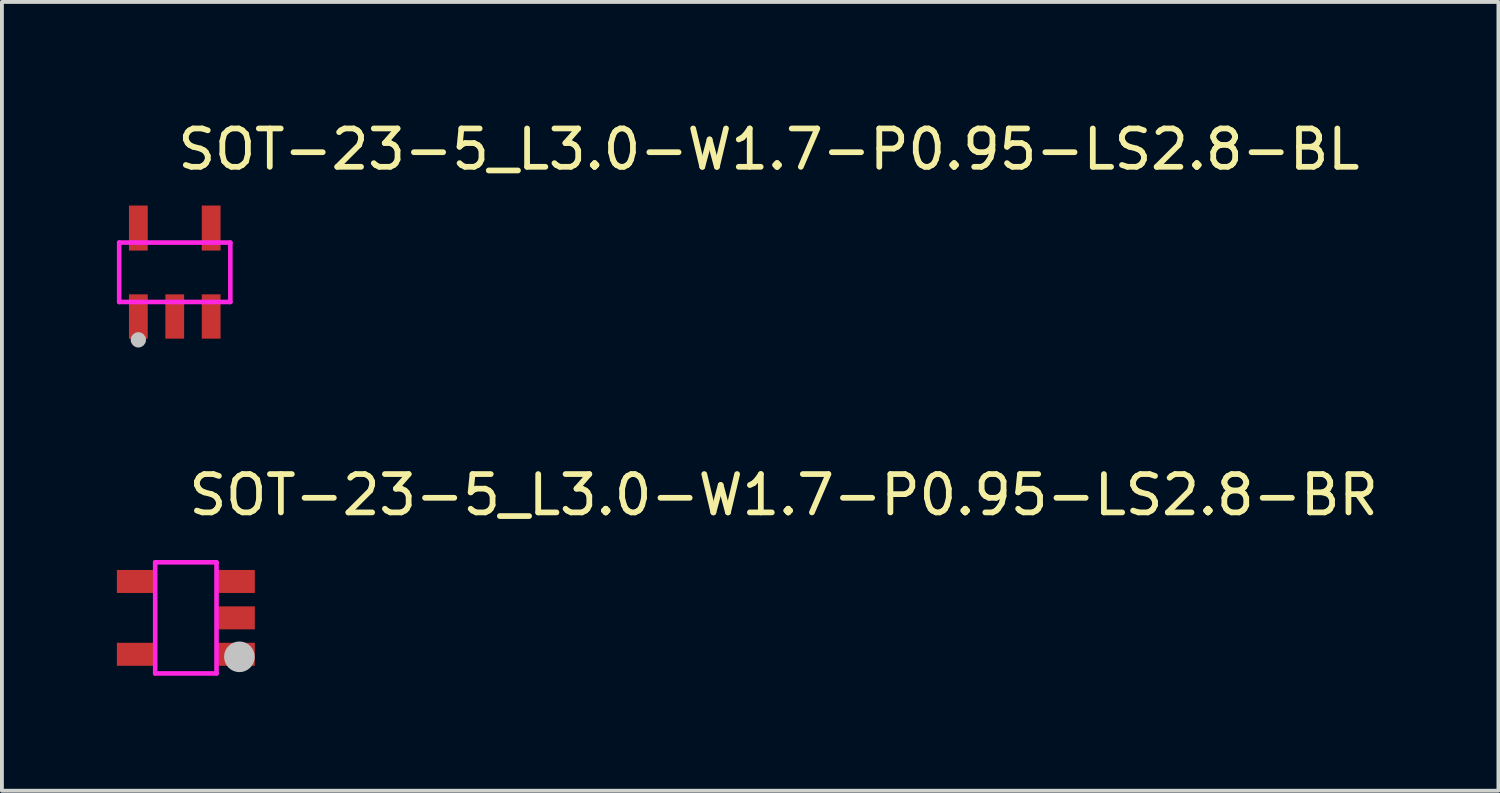
<source format=kicad_pcb>
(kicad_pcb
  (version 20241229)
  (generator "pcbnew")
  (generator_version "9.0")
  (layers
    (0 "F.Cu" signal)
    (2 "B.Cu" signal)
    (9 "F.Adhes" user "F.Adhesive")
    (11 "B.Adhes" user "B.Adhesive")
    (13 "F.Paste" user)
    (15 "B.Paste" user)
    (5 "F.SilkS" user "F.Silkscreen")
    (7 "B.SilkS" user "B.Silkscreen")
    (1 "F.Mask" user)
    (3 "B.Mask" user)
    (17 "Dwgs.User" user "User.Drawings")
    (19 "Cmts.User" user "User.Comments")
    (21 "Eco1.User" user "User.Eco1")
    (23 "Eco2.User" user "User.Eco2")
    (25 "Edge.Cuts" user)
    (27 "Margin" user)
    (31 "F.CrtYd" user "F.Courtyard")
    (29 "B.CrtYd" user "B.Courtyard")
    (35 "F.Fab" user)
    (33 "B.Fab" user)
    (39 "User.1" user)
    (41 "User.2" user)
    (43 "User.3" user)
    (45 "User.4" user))
  (footprint "SOT-23-5_L3.0-W1.7-P0.95-LS2.8-BR"
    (layer "F.Cu")
    (at 1.8 13.073)
    (property "Reference" "SOT-23-5_L3.0-W1.7-P0.95-LS2.8-BR" (at 0 -3.207 0) (layer "F.SilkS") (effects (font (size 1 1) (thickness 0.15)) (justify left)))
    (attr through_hole)
    (fp_circle (center 1.397 1.016) (end 1.597 1.016) (stroke (width 0.4) (type solid)) (fill no) (layer "Dwgs.User"))
    (fp_line (start -0.96 -1.15) (end -0.79 -1.15) (stroke (width 0.12) (type solid)) (layer "Eco2.User"))
    (fp_line (start -0.96 -0.75) (end -0.96 -1.15) (stroke (width 0.12) (type solid)) (layer "Eco2.User"))
    (fp_line (start -0.96 0.75) (end -0.79 0.75) (stroke (width 0.12) (type solid)) (layer "Eco2.User"))
    (fp_line (start -0.96 1.15) (end -0.96 0.75) (stroke (width 0.12) (type solid)) (layer "Eco2.User"))
    (fp_line (start -0.79 -1.15) (end -0.79 -0.75) (stroke (width 0.12) (type solid)) (layer "Eco2.User"))
    (fp_line (start -0.79 -0.75) (end -0.96 -0.75) (stroke (width 0.12) (type solid)) (layer "Eco2.User"))
    (fp_line (start -0.79 0.75) (end -0.79 1.15) (stroke (width 0.12) (type solid)) (layer "Eco2.User"))
    (fp_line (start -0.79 1.15) (end -0.96 1.15) (stroke (width 0.12) (type solid)) (layer "Eco2.User"))
    (fp_line (start 0.79 -1.15) (end 0.96 -1.15) (stroke (width 0.12) (type solid)) (layer "Eco2.User"))
    (fp_line (start 0.79 -0.75) (end 0.79 -1.15) (stroke (width 0.12) (type solid)) (layer "Eco2.User"))
    (fp_line (start 0.79 -0.2) (end 0.96 -0.2) (stroke (width 0.12) (type solid)) (layer "Eco2.User"))
    (fp_line (start 0.79 0.2) (end 0.79 -0.2) (stroke (width 0.12) (type solid)) (layer "Eco2.User"))
    (fp_line (start 0.79 0.75) (end 0.96 0.75) (stroke (width 0.12) (type solid)) (layer "Eco2.User"))
    (fp_line (start 0.79 1.15) (end 0.79 0.75) (stroke (width 0.12) (type solid)) (layer "Eco2.User"))
    (fp_line (start 0.96 -1.15) (end 0.96 -0.75) (stroke (width 0.12) (type solid)) (layer "Eco2.User"))
    (fp_line (start 0.96 -0.75) (end 0.79 -0.75) (stroke (width 0.12) (type solid)) (layer "Eco2.User"))
    (fp_line (start 0.96 -0.2) (end 0.96 0.2) (stroke (width 0.12) (type solid)) (layer "Eco2.User"))
    (fp_line (start 0.96 0.2) (end 0.79 0.2) (stroke (width 0.12) (type solid)) (layer "Eco2.User"))
    (fp_line (start 0.96 0.75) (end 0.96 1.15) (stroke (width 0.12) (type solid)) (layer "Eco2.User"))
    (fp_line (start 0.96 1.15) (end 0.79 1.15) (stroke (width 0.12) (type solid)) (layer "Eco2.User"))
    (fp_poly (pts (xy -1.4 -0.75) (xy -1.4 -1.15) (xy -0.95 -1.15) (xy -0.95 -0.75)) (stroke (width 0.12) (type solid)) (fill no) (layer "Eco2.User"))
    (fp_poly (pts (xy -1.4 1.15) (xy -1.4 0.75) (xy -0.95 0.75) (xy -0.95 1.15)) (stroke (width 0.12) (type solid)) (fill no) (layer "Eco2.User"))
    (fp_poly (pts (xy 0.95 -0.75) (xy 0.95 -1.15) (xy 1.4 -1.15) (xy 1.4 -0.75)) (stroke (width 0.12) (type solid)) (fill no) (layer "Eco2.User"))
    (fp_poly (pts (xy 0.95 0.2) (xy 0.95 -0.2) (xy 1.4 -0.2) (xy 1.4 0.2)) (stroke (width 0.12) (type solid)) (fill no) (layer "Eco2.User"))
    (fp_poly (pts (xy 0.95 1.15) (xy 0.95 0.75) (xy 1.4 0.75) (xy 1.4 1.15)) (stroke (width 0.12) (type solid)) (fill no) (layer "Eco2.User"))
    (fp_line (start -0.8 -1.45) (end 0.8 -1.45) (stroke (width 0.12) (type solid)) (layer "F.CrtYd"))
    (fp_line (start -0.8 1.45) (end -0.8 -1.45) (stroke (width 0.12) (type solid)) (layer "F.CrtYd"))
    (fp_line (start 0.8 -1.45) (end 0.8 1.45) (stroke (width 0.12) (type solid)) (layer "F.CrtYd"))
    (fp_line (start 0.8 1.45) (end -0.8 1.45) (stroke (width 0.12) (type solid)) (layer "F.CrtYd"))
    (pad "1" smd rect (at 1.3 0.95) (size 1 0.6) (layers "F.Cu" "F.Mask" "F.Paste"))
    (pad "2" smd rect (at 1.3 0) (size 1 0.6) (layers "F.Cu" "F.Mask" "F.Paste"))
    (pad "3" smd rect (at 1.3 -0.95) (size 1 0.6) (layers "F.Cu" "F.Mask" "F.Paste"))
    (pad "4" smd rect (at -1.3 -0.95) (size 1 0.6) (layers "F.Cu" "F.Mask" "F.Paste"))
    (pad "5" smd rect (at -1.3 0.95) (size 1 0.6) (layers "F.Cu" "F.Mask" "F.Paste")))
  (footprint "SOT-23-5_L3.0-W1.7-P0.95-LS2.8-BL"
    (layer "F.Cu")
    (at 1.51 4.055)
    (property "Reference" "SOT-23-5_L3.0-W1.7-P0.95-LS2.8-BL" (at 0 -3.207 0) (layer "F.SilkS") (effects (font (size 1 1) (thickness 0.15)) (justify left)))
    (attr through_hole)
    (fp_circle (center -0.95 1.763) (end -0.85 1.763) (stroke (width 0.2) (type solid)) (fill no) (layer "Dwgs.User"))
    (fp_line (start -1.125 -1.01) (end -0.775 -1.01) (stroke (width 0.12) (type solid)) (layer "Eco2.User"))
    (fp_line (start -1.125 -0.74) (end -1.125 -1.01) (stroke (width 0.12) (type solid)) (layer "Eco2.User"))
    (fp_line (start -1.125 0.74) (end -0.775 0.74) (stroke (width 0.12) (type solid)) (layer "Eco2.User"))
    (fp_line (start -1.125 1.01) (end -1.125 0.74) (stroke (width 0.12) (type solid)) (layer "Eco2.User"))
    (fp_line (start -0.775 -1.01) (end -0.775 -0.74) (stroke (width 0.12) (type solid)) (layer "Eco2.User"))
    (fp_line (start -0.775 -0.74) (end -1.125 -0.74) (stroke (width 0.12) (type solid)) (layer "Eco2.User"))
    (fp_line (start -0.775 0.74) (end -0.775 1.01) (stroke (width 0.12) (type solid)) (layer "Eco2.User"))
    (fp_line (start -0.775 1.01) (end -1.125 1.01) (stroke (width 0.12) (type solid)) (layer "Eco2.User"))
    (fp_line (start -0.175 0.74) (end 0.175 0.74) (stroke (width 0.12) (type solid)) (layer "Eco2.User"))
    (fp_line (start -0.175 1.01) (end -0.175 0.74) (stroke (width 0.12) (type solid)) (layer "Eco2.User"))
    (fp_line (start 0.175 0.74) (end 0.175 1.01) (stroke (width 0.12) (type solid)) (layer "Eco2.User"))
    (fp_line (start 0.175 1.01) (end -0.175 1.01) (stroke (width 0.12) (type solid)) (layer "Eco2.User"))
    (fp_line (start 0.775 -1.01) (end 1.125 -1.01) (stroke (width 0.12) (type solid)) (layer "Eco2.User"))
    (fp_line (start 0.775 -0.74) (end 0.775 -1.01) (stroke (width 0.12) (type solid)) (layer "Eco2.User"))
    (fp_line (start 0.775 0.74) (end 1.125 0.74) (stroke (width 0.12) (type solid)) (layer "Eco2.User"))
    (fp_line (start 0.775 1.01) (end 0.775 0.74) (stroke (width 0.12) (type solid)) (layer "Eco2.User"))
    (fp_line (start 1.125 -1.01) (end 1.125 -0.74) (stroke (width 0.12) (type solid)) (layer "Eco2.User"))
    (fp_line (start 1.125 -0.74) (end 0.775 -0.74) (stroke (width 0.12) (type solid)) (layer "Eco2.User"))
    (fp_line (start 1.125 0.74) (end 1.125 1.01) (stroke (width 0.12) (type solid)) (layer "Eco2.User"))
    (fp_line (start 1.125 1.01) (end 0.775 1.01) (stroke (width 0.12) (type solid)) (layer "Eco2.User"))
    (fp_circle (center -1.42 1.37) (end -1.39 1.37) (stroke (width 0.06) (type solid)) (fill no) (layer "Eco2.User"))
    (fp_poly (pts (xy -1.125 -1) (xy -1.125 -1.4) (xy -0.775 -1.4) (xy -0.775 -1)) (stroke (width 0.12) (type solid)) (fill no) (layer "Eco2.User"))
    (fp_poly (pts (xy -1.125 1.4) (xy -1.125 1) (xy -0.775 1) (xy -0.775 1.4)) (stroke (width 0.12) (type solid)) (fill no) (layer "Eco2.User"))
    (fp_poly (pts (xy -0.175 1.4) (xy -0.175 1) (xy 0.175 1) (xy 0.175 1.4)) (stroke (width 0.12) (type solid)) (fill no) (layer "Eco2.User"))
    (fp_poly (pts (xy 0.775 -1) (xy 0.775 -1.4) (xy 1.125 -1.4) (xy 1.125 -1)) (stroke (width 0.12) (type solid)) (fill no) (layer "Eco2.User"))
    (fp_poly (pts (xy 0.775 1.4) (xy 0.775 1) (xy 1.125 1) (xy 1.125 1.4)) (stroke (width 0.12) (type solid)) (fill no) (layer "Eco2.User"))
    (fp_line (start -1.45 -0.775) (end 1.45 -0.775) (stroke (width 0.12) (type solid)) (layer "F.CrtYd"))
    (fp_line (start -1.45 0.775) (end -1.45 -0.775) (stroke (width 0.12) (type solid)) (layer "F.CrtYd"))
    (fp_line (start 1.45 -0.775) (end 1.45 0.775) (stroke (width 0.12) (type solid)) (layer "F.CrtYd"))
    (fp_line (start 1.45 0.775) (end -1.45 0.775) (stroke (width 0.12) (type solid)) (layer "F.CrtYd"))
    (pad "1" smd rect (at -0.95 1.154) (size 0.49 1.157) (layers "F.Cu" "F.Mask" "F.Paste"))
    (pad "2" smd rect (at 0 1.154) (size 0.49 1.157) (layers "F.Cu" "F.Mask" "F.Paste"))
    (pad "3" smd rect (at 0.95 1.154) (size 0.49 1.157) (layers "F.Cu" "F.Mask" "F.Paste"))
    (pad "4" smd rect (at 0.95 -1.154) (size 0.49 1.175) (layers "F.Cu" "F.Mask" "F.Paste"))
    (pad "5" smd rect (at -0.95 -1.154) (size 0.49 1.175) (layers "F.Cu" "F.Mask" "F.Paste")))
  (gr_rect
    (start -3 -3)
    (end 36.05 17.584)
    (stroke (width 0.1) (type default))
    (fill no)
    (layer "Edge.Cuts")))
</source>
